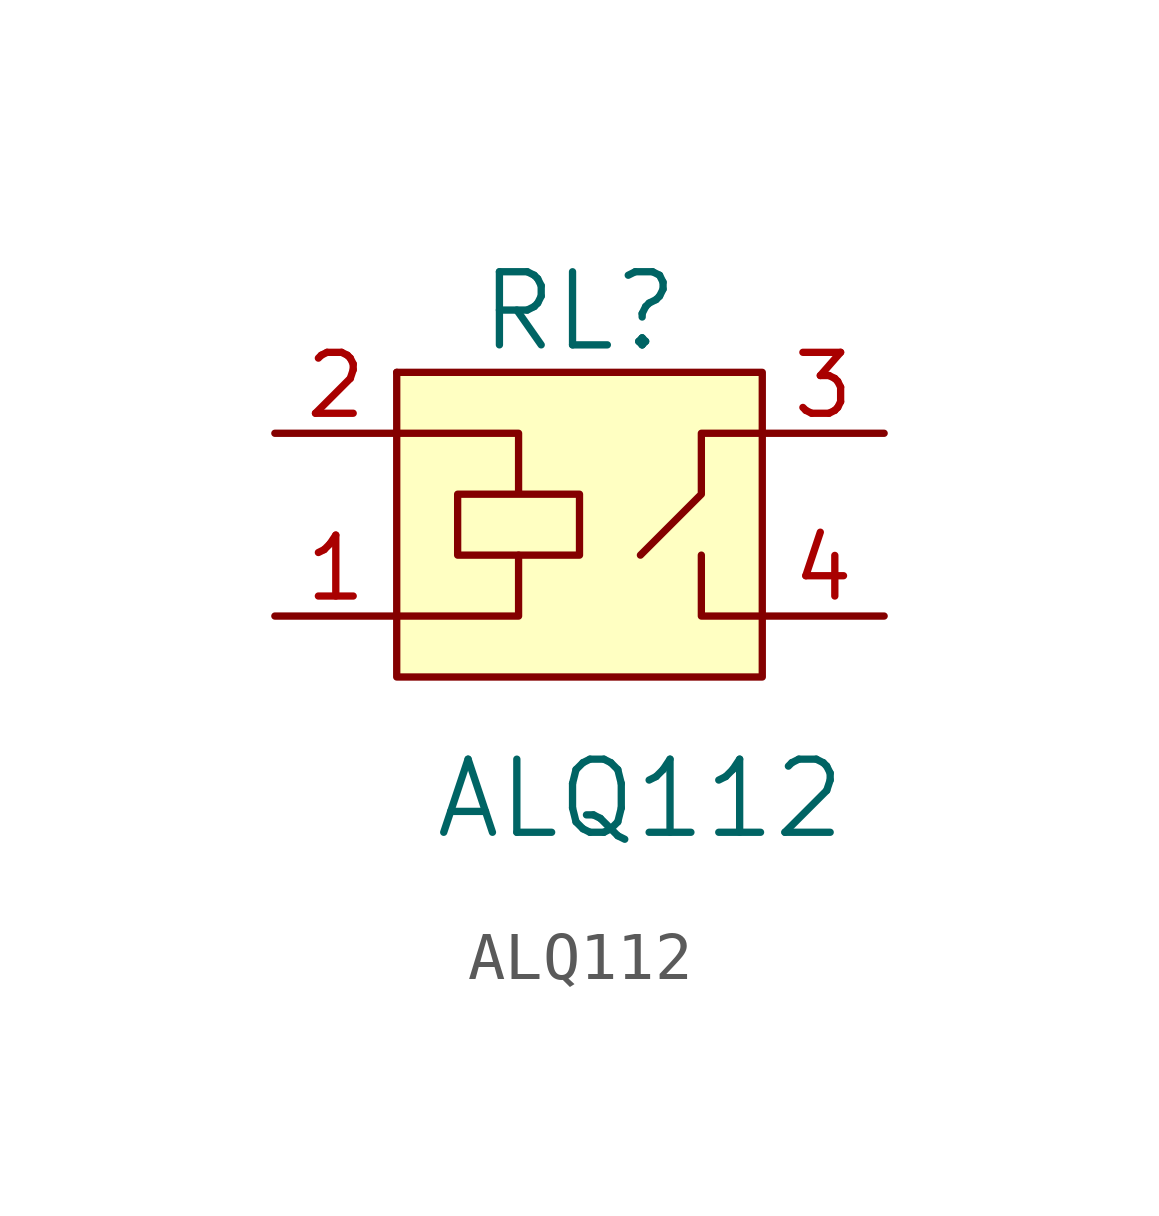
<source format=kicad_sym>
(kicad_symbol_lib
  (version 20231120)
  (generator "kicad_symbol_editor")
  (generator_version "8.0")
  (symbol "ALQ112"
    (pin_names
      (offset 1.016))
    (property "Reference" "RL"
      (at 0 7.62 0)
      (effects (font (size 1.524 1.524))))
    (property "Value" "ALQ112"
      (at 1.27 -2.54 0)
      (effects (font (size 1.524 1.524))))
    (symbol "ALQ112_0_1"
      (rectangle (start -3.81 6.35) (end -3.81 6.35) (stroke (width 0) (type default)) (fill (type none)))
      (rectangle (start -3.81 6.35) (end 3.81 0) (stroke (width 0) (type default)) (fill (type background)))
      (polyline (pts (xy -1.27 2.54) (xy -1.27 1.27) (xy -3.81 1.27)) (stroke (width 0) (type default)) (fill (type none)))
      (polyline (pts (xy 2.54 2.54) (xy 2.54 1.27) (xy 3.81 1.27)) (stroke (width 0) (type default)) (fill (type none)))
      (polyline (pts (xy 3.81 5.08) (xy 2.54 5.08) (xy 2.54 3.81) (xy 1.27 2.54)) (stroke (width 0) (type default)) (fill (type none)))
      (polyline (pts (xy -3.81 5.08) (xy -1.27 5.08) (xy -1.27 3.81) (xy -2.54 3.81) (xy -2.54 2.54) (xy 0 2.54) (xy 0 3.81) (xy -1.27 3.81)) (stroke (width 0) (type default)) (fill (type none))))
    (symbol "ALQ112_1_1"
      (pin passive line (at -6.35 1.27 0) (length 2.54) (name "~" (effects (font (size 1.27 1.27)))) (number "1" (effects (font (size 1.27 1.27)))))
      (pin passive line (at -6.35 5.08 0) (length 2.54) (name "~" (effects (font (size 1.27 1.27)))) (number "2" (effects (font (size 1.27 1.27)))))
      (pin passive line (at 6.35 5.08 180) (length 2.54) (name "~" (effects (font (size 1.27 1.27)))) (number "3" (effects (font (size 1.27 1.27)))))
      (pin passive line (at 6.35 1.27 180) (length 2.54) (name "~" (effects (font (size 1.27 1.27)))) (number "4" (effects (font (size 1.27 1.27))))))))
</source>
